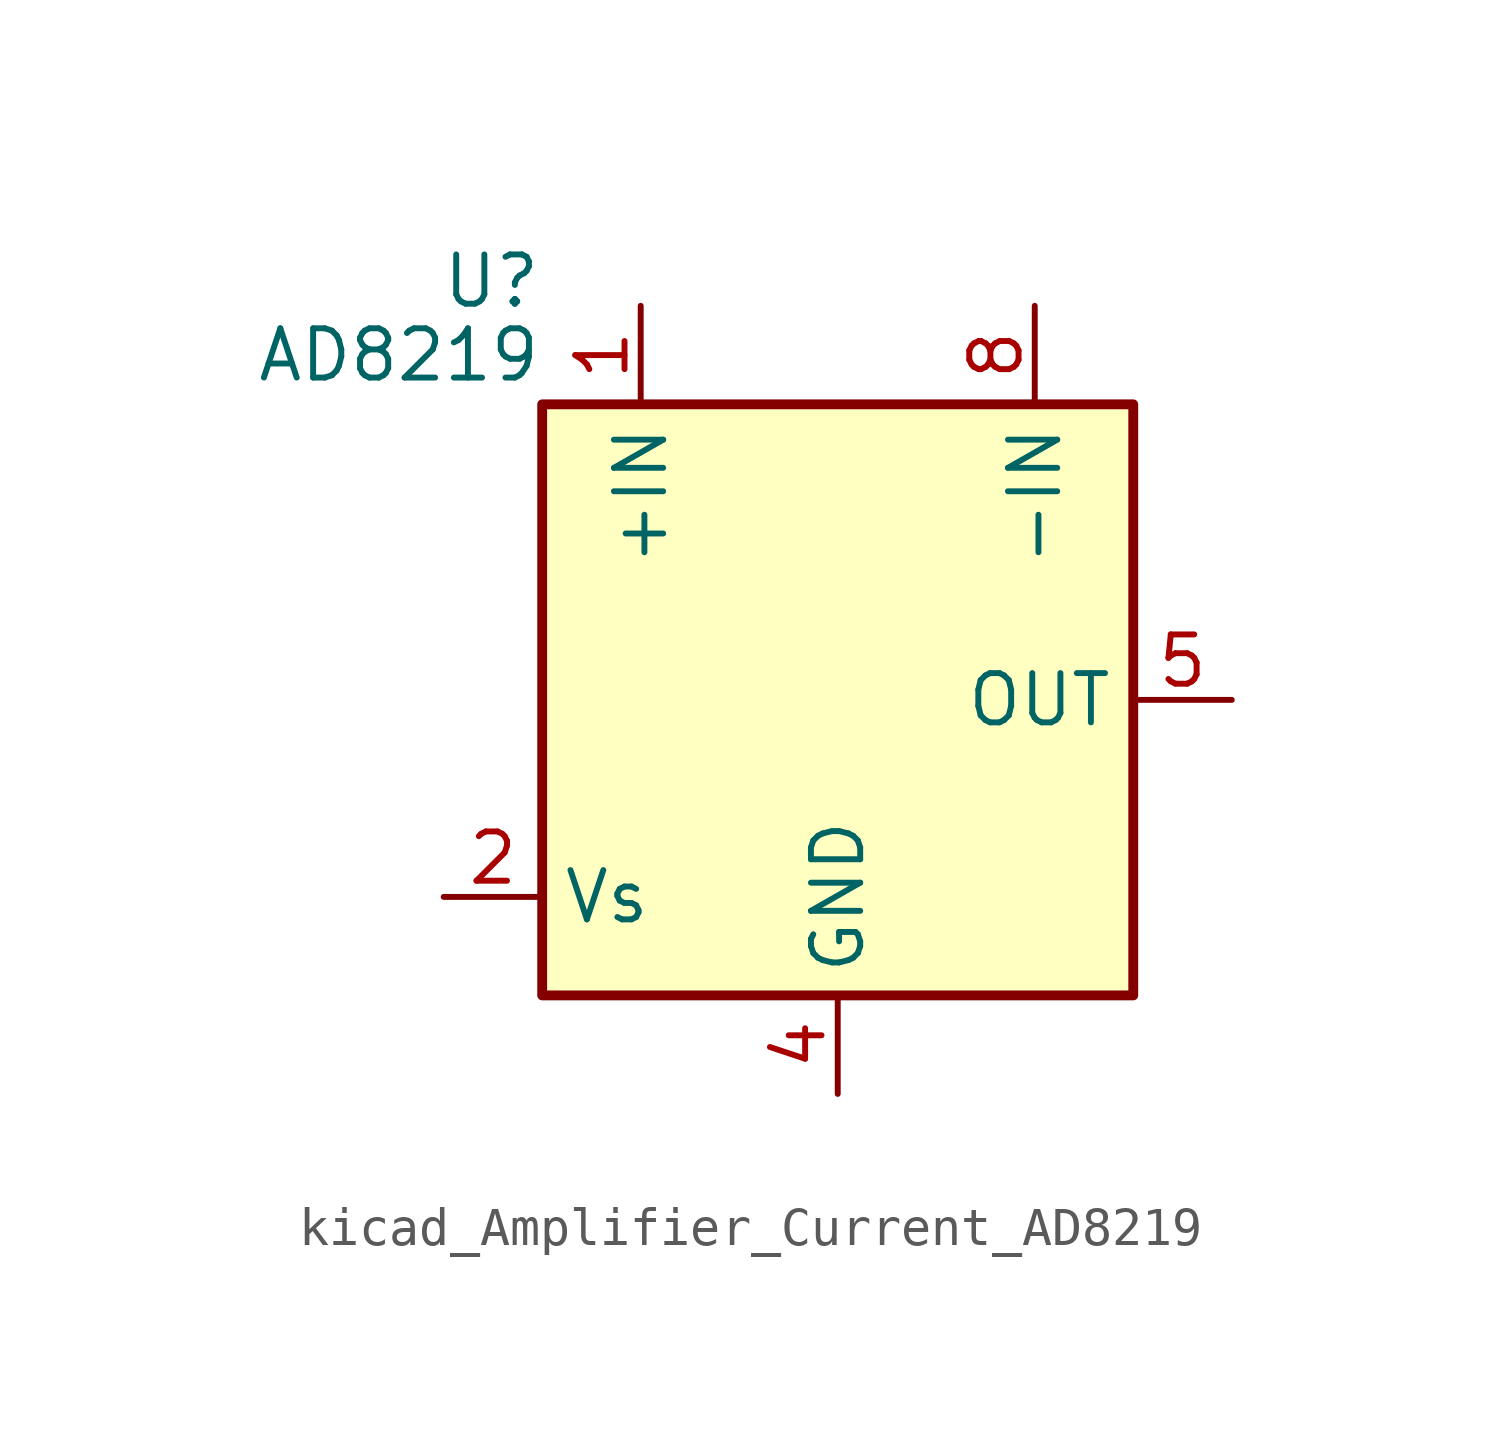
<source format=kicad_sym>
(kicad_symbol_lib
  (version 20220914)
  (generator kicad_symbol_editor)
  (symbol "kicad_Amplifier_Current_AD8219"
    (property "Reference" "U"
      (at -7.62 10.795 0)
      (effects (font (size 1.27 1.27)) (justify right)))
    (property "Value" "AD8219"
      (at -7.62 8.89 0)
      (effects (font (size 1.27 1.27)) (justify right)))
    (symbol "kicad_Amplifier_Current_AD8219_0_1"
      (rectangle (start -7.62 7.62) (end 7.62 -7.62) (stroke (width 0.254) (type default)) (fill (type background))))
    (symbol "kicad_Amplifier_Current_AD8219_1_1"
      (pin input line (at -5.08 10.16 270) (length 2.54) (name "+IN" (effects (font (size 1.27 1.27)))) (number "1" (effects (font (size 1.27 1.27)))))
      (pin power_in line (at -10.16 -5.08 0) (length 2.54) (name "Vs" (effects (font (size 1.27 1.27)))) (number "2" (effects (font (size 1.27 1.27)))))
      (pin no_connect line (at -2.54 -7.62 90) (length 2.54) hide (name "NC" (effects (font (size 1.27 1.27)))) (number "3" (effects (font (size 1.27 1.27)))))
      (pin power_in line (at 0 -10.16 90) (length 2.54) (name "GND" (effects (font (size 1.27 1.27)))) (number "4" (effects (font (size 1.27 1.27)))))
      (pin output line (at 10.16 0 180) (length 2.54) (name "OUT" (effects (font (size 1.27 1.27)))) (number "5" (effects (font (size 1.27 1.27)))))
      (pin no_connect line (at 2.54 -7.62 90) (length 2.54) hide (name "NC" (effects (font (size 1.27 1.27)))) (number "6" (effects (font (size 1.27 1.27)))))
      (pin no_connect line (at 5.08 -7.62 90) (length 2.54) hide (name "NC" (effects (font (size 1.27 1.27)))) (number "7" (effects (font (size 1.27 1.27)))))
      (pin input line (at 5.08 10.16 270) (length 2.54) (name "-IN" (effects (font (size 1.27 1.27)))) (number "8" (effects (font (size 1.27 1.27))))))))
</source>
